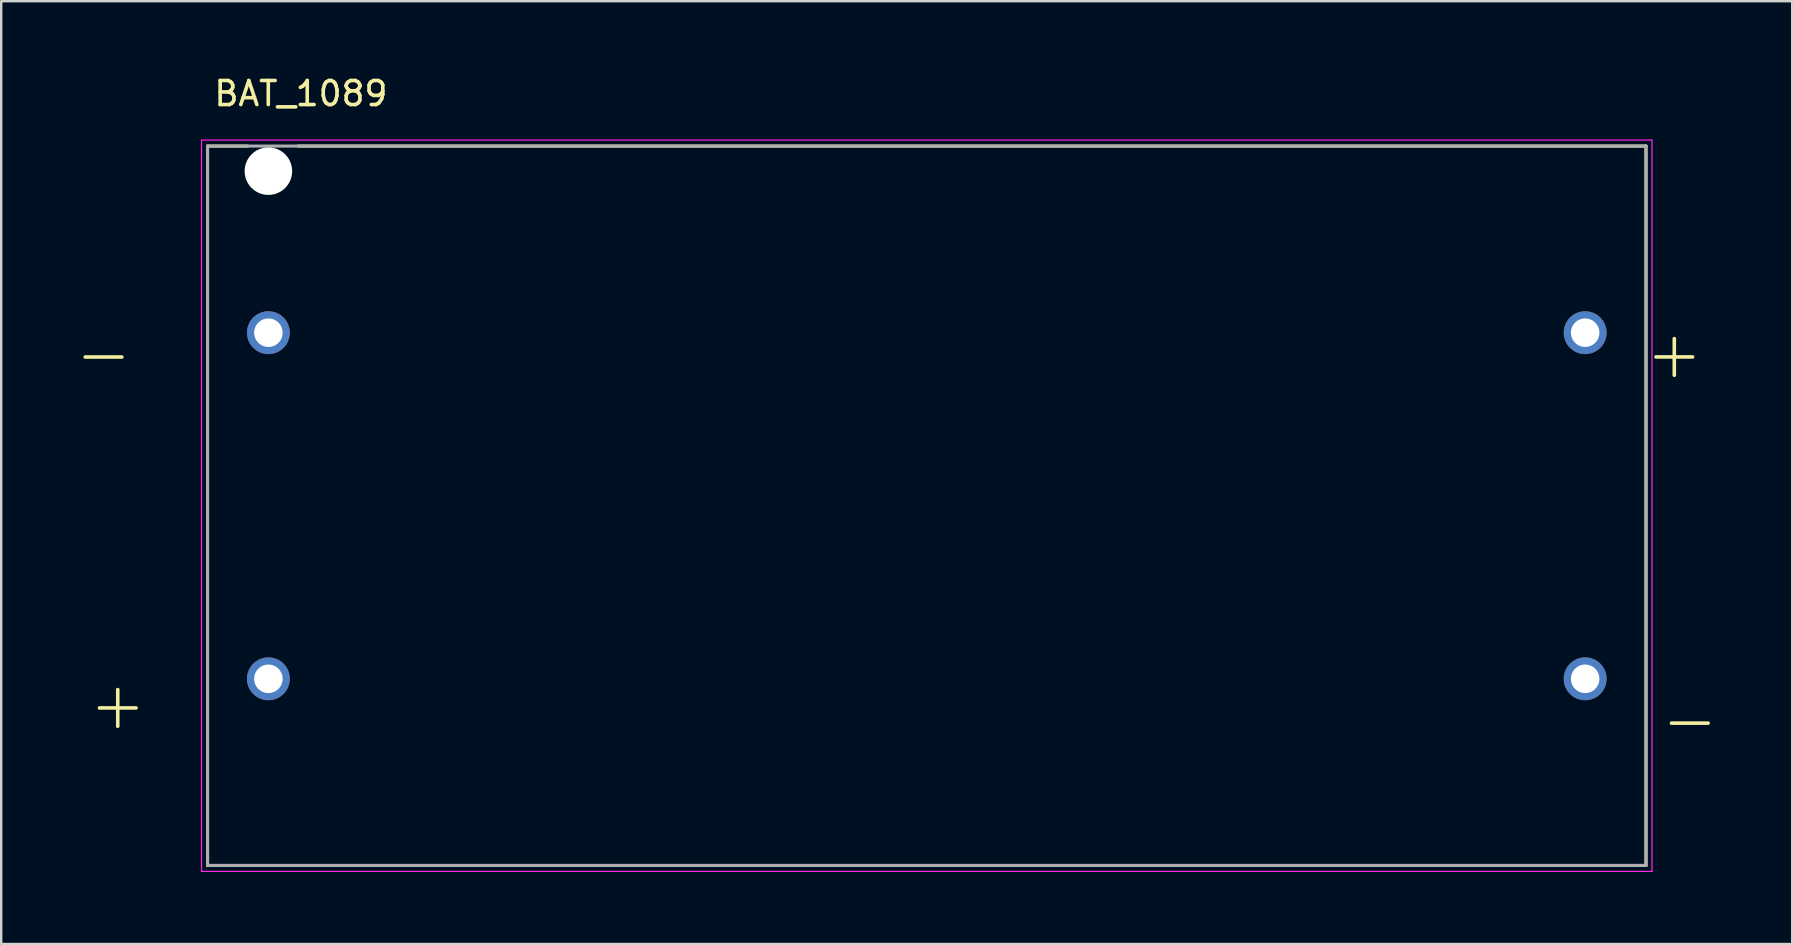
<source format=kicad_pcb>
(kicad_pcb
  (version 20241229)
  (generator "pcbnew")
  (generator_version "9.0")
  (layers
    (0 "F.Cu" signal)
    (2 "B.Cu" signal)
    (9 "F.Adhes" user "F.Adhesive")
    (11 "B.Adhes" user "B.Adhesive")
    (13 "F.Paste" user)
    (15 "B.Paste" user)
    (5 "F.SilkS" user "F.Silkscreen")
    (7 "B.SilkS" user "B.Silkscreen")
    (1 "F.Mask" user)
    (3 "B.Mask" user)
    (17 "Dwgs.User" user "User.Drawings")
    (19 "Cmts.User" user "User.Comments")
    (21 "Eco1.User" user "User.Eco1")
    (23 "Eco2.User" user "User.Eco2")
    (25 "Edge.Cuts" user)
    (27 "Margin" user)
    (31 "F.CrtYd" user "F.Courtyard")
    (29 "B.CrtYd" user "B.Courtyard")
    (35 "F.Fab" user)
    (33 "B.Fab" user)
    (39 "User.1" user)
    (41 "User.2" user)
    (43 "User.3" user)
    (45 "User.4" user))
  (footprint "BAT_1089"
    (layer "F.Cu")
    (at 35.562 18.021)
    (property "Reference" "BAT_1089" (at -26.075 -17.171 0) (layer "F.SilkS") (effects (font (size 1.002 1.002) (thickness 0.15))))
    (attr through_hole)
    (fp_line (start -29.965 -14.985) (end -28.3 -14.985) (stroke (width 0.127) (type solid)) (layer "F.SilkS"))
    (fp_line (start -29.965 14.985) (end -29.965 -14.985) (stroke (width 0.127) (type solid)) (layer "F.SilkS"))
    (fp_line (start -26.2 -14.985) (end 29.965 -14.985) (stroke (width 0.127) (type solid)) (layer "F.SilkS"))
    (fp_line (start 29.965 -14.985) (end 29.965 14.985) (stroke (width 0.127) (type solid)) (layer "F.SilkS"))
    (fp_line (start 29.965 14.985) (end -29.965 14.985) (stroke (width 0.127) (type solid)) (layer "F.SilkS"))
    (fp_line (start -30.215 -15.235) (end 30.215 -15.235) (stroke (width 0.05) (type solid)) (layer "F.CrtYd"))
    (fp_line (start -30.215 15.235) (end -30.215 -15.235) (stroke (width 0.05) (type solid)) (layer "F.CrtYd"))
    (fp_line (start 30.215 -15.235) (end 30.215 15.235) (stroke (width 0.05) (type solid)) (layer "F.CrtYd"))
    (fp_line (start 30.215 15.235) (end -30.215 15.235) (stroke (width 0.05) (type solid)) (layer "F.CrtYd"))
    (fp_line (start -29.965 -14.985) (end 29.965 -14.985) (stroke (width 0.127) (type solid)) (layer "F.Fab"))
    (fp_line (start -29.965 14.985) (end -29.965 -14.985) (stroke (width 0.127) (type solid)) (layer "F.Fab"))
    (fp_line (start 29.965 -14.985) (end 29.965 14.985) (stroke (width 0.127) (type solid)) (layer "F.Fab"))
    (fp_line (start 29.965 14.985) (end -29.965 14.985) (stroke (width 0.127) (type solid)) (layer "F.Fab"))
    (fp_text user "+" (at -33.706 8.267 0) (layer "F.SilkS") (effects (font (size 2.003 2.003) (thickness 0.15))))
    (fp_text user "-" (at -34.299 -6.352 0) (layer "F.SilkS") (effects (font (size 2.001 2.001) (thickness 0.15))))
    (fp_text user "+" (at 31.144 -6.356 0) (layer "F.SilkS") (effects (font (size 2.002 2.002) (thickness 0.15))))
    (fp_text user "-" (at 31.79 8.901 0) (layer "F.SilkS") (effects (font (size 2.003 2.003) (thickness 0.15))))
    (pad "" np_thru_hole circle (at -27.43 -13.94) (size 1.98 1.98) (drill 1.98) (layers "*.Cu" "*.Mask"))
    (pad "N1" thru_hole circle (at -27.43 -7.21) (size 1.785 1.785) (drill 1.19) (layers "*.Cu" "*.Mask"))
    (pad "N2" thru_hole circle (at 27.43 7.21) (size 1.785 1.785) (drill 1.19) (layers "*.Cu" "*.Mask"))
    (pad "P1" thru_hole circle (at 27.43 -7.21) (size 1.785 1.785) (drill 1.19) (layers "*.Cu" "*.Mask"))
    (pad "P2" thru_hole circle (at -27.43 7.21) (size 1.785 1.785) (drill 1.19) (layers "*.Cu" "*.Mask")))
  (gr_rect
    (start -3 -3)
    (end 71.617 36.281)
    (stroke (width 0.1) (type default))
    (fill no)
    (layer "Edge.Cuts")))
</source>
